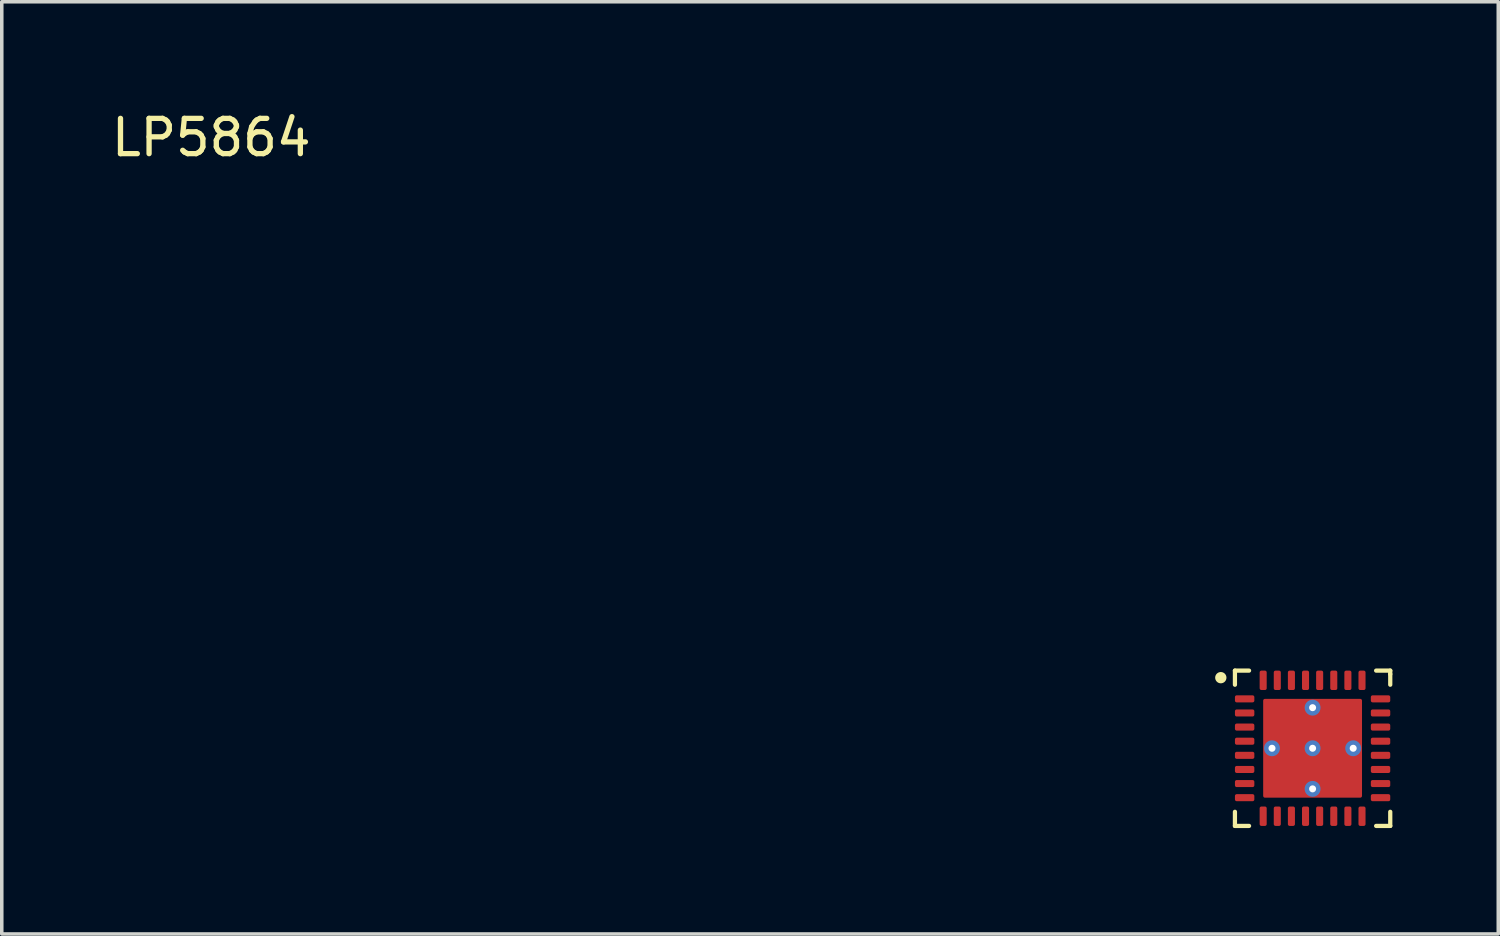
<source format=kicad_pcb>
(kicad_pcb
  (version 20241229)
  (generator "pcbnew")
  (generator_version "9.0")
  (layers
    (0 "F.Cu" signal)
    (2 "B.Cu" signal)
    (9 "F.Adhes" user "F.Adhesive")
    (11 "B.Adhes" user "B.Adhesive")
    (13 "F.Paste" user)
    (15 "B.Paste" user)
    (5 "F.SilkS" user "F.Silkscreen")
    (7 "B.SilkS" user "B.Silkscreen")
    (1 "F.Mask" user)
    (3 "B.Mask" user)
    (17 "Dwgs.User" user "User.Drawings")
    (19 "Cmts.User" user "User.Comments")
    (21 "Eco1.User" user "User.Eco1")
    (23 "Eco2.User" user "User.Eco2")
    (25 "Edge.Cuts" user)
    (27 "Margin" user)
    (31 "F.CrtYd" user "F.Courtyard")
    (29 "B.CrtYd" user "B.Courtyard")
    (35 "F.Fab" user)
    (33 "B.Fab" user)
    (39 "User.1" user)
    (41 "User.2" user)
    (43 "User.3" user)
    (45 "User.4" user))
  (footprint "LP5864"
    (layer "F.Cu")
    (at 34.135 18.148)
    (property "Reference" "LP5864" (at -31.2 -17.3 0) (unlocked yes) (layer "F.SilkS") (effects (font (size 1 1) (thickness 0.15))))
    (attr smd)
    (fp_line (start -2.2 -2.2) (end -2.2 -1.8) (stroke (width 0.12) (type solid)) (layer "F.SilkS"))
    (fp_line (start -2.2 1.8) (end -2.2 2.2) (stroke (width 0.12) (type solid)) (layer "F.SilkS"))
    (fp_line (start -2.2 2.2) (end -1.8 2.2) (stroke (width 0.12) (type solid)) (layer "F.SilkS"))
    (fp_line (start -1.8 -2.2) (end -2.2 -2.2) (stroke (width 0.12) (type solid)) (layer "F.SilkS"))
    (fp_line (start 2.2 -2.2) (end 1.8 -2.2) (stroke (width 0.12) (type solid)) (layer "F.SilkS"))
    (fp_line (start 2.2 -2.1) (end 2.2 -2.2) (stroke (width 0.12) (type solid)) (layer "F.SilkS"))
    (fp_line (start 2.2 -1.8) (end 2.2 -2.1) (stroke (width 0.12) (type solid)) (layer "F.SilkS"))
    (fp_line (start 2.2 1.8) (end 2.2 2.2) (stroke (width 0.12) (type solid)) (layer "F.SilkS"))
    (fp_line (start 2.2 2.2) (end 1.8 2.2) (stroke (width 0.12) (type solid)) (layer "F.SilkS"))
    (fp_circle (center -2.6 -2) (end -2.5 -2) (stroke (width 0.12) (type solid)) (fill yes) (layer "F.SilkS"))
    (pad "1" smd roundrect (at -1.925 -1.4) (size 0.55 0.2) (layers "F.Cu" "F.Mask" "F.Paste") (roundrect_rratio 0.25))
    (pad "2" smd roundrect (at -1.925 -1) (size 0.55 0.2) (layers "F.Cu" "F.Mask" "F.Paste") (roundrect_rratio 0.25))
    (pad "3" smd roundrect (at -1.925 -0.6) (size 0.55 0.2) (layers "F.Cu" "F.Mask" "F.Paste") (roundrect_rratio 0.25))
    (pad "4" smd roundrect (at -1.925 -0.2) (size 0.55 0.2) (layers "F.Cu" "F.Mask" "F.Paste") (roundrect_rratio 0.25))
    (pad "5" smd roundrect (at -1.925 0.2) (size 0.55 0.2) (layers "F.Cu" "F.Mask" "F.Paste") (roundrect_rratio 0.25))
    (pad "6" smd roundrect (at -1.925 0.6) (size 0.55 0.2) (layers "F.Cu" "F.Mask" "F.Paste") (roundrect_rratio 0.25))
    (pad "7" smd roundrect (at -1.925 1) (size 0.55 0.2) (layers "F.Cu" "F.Mask" "F.Paste") (roundrect_rratio 0.25))
    (pad "8" smd roundrect (at -1.925 1.4) (size 0.55 0.2) (layers "F.Cu" "F.Mask" "F.Paste") (roundrect_rratio 0.25))
    (pad "9" smd roundrect (at -1.4 1.925 90) (size 0.55 0.2) (layers "F.Cu" "F.Mask" "F.Paste") (roundrect_rratio 0.25))
    (pad "10" smd roundrect (at -1 1.925 90) (size 0.55 0.2) (layers "F.Cu" "F.Mask" "F.Paste") (roundrect_rratio 0.25))
    (pad "11" smd roundrect (at -0.6 1.925 90) (size 0.55 0.2) (layers "F.Cu" "F.Mask" "F.Paste") (roundrect_rratio 0.25))
    (pad "12" smd roundrect (at -0.2 1.925 90) (size 0.55 0.2) (layers "F.Cu" "F.Mask" "F.Paste") (roundrect_rratio 0.25))
    (pad "13" smd roundrect (at 0.2 1.925 90) (size 0.55 0.2) (layers "F.Cu" "F.Mask" "F.Paste") (roundrect_rratio 0.25))
    (pad "14" smd roundrect (at 0.6 1.925 90) (size 0.55 0.2) (layers "F.Cu" "F.Mask" "F.Paste") (roundrect_rratio 0.25))
    (pad "15" smd roundrect (at 1 1.925 90) (size 0.55 0.2) (layers "F.Cu" "F.Mask" "F.Paste") (roundrect_rratio 0.25))
    (pad "16" smd roundrect (at 1.4 1.925 90) (size 0.55 0.2) (layers "F.Cu" "F.Mask" "F.Paste") (roundrect_rratio 0.25))
    (pad "17" smd roundrect (at 1.925 1.4 180) (size 0.55 0.2) (layers "F.Cu" "F.Mask" "F.Paste") (roundrect_rratio 0.25))
    (pad "18" smd roundrect (at 1.925 1 180) (size 0.55 0.2) (layers "F.Cu" "F.Mask" "F.Paste") (roundrect_rratio 0.25))
    (pad "19" smd roundrect (at 1.925 0.6 180) (size 0.55 0.2) (layers "F.Cu" "F.Mask" "F.Paste") (roundrect_rratio 0.25))
    (pad "20" smd roundrect (at 1.925 0.2 180) (size 0.55 0.2) (layers "F.Cu" "F.Mask" "F.Paste") (roundrect_rratio 0.25))
    (pad "21" smd roundrect (at 1.925 -0.2 180) (size 0.55 0.2) (layers "F.Cu" "F.Mask" "F.Paste") (roundrect_rratio 0.25))
    (pad "22" smd roundrect (at 1.925 -0.6 180) (size 0.55 0.2) (layers "F.Cu" "F.Mask" "F.Paste") (roundrect_rratio 0.25))
    (pad "23" smd roundrect (at 1.925 -1 180) (size 0.55 0.2) (layers "F.Cu" "F.Mask" "F.Paste") (roundrect_rratio 0.25))
    (pad "24" smd roundrect (at 1.925 -1.4 180) (size 0.55 0.2) (layers "F.Cu" "F.Mask" "F.Paste") (roundrect_rratio 0.25))
    (pad "25" smd roundrect (at 1.4 -1.925 270) (size 0.55 0.2) (layers "F.Cu" "F.Mask" "F.Paste") (roundrect_rratio 0.25))
    (pad "26" smd roundrect (at 1 -1.925 270) (size 0.55 0.2) (layers "F.Cu" "F.Mask" "F.Paste") (roundrect_rratio 0.25))
    (pad "27" smd roundrect (at 0.6 -1.925 270) (size 0.55 0.2) (layers "F.Cu" "F.Mask" "F.Paste") (roundrect_rratio 0.25))
    (pad "28" smd roundrect (at 0.2 -1.925 270) (size 0.55 0.2) (layers "F.Cu" "F.Mask" "F.Paste") (roundrect_rratio 0.25))
    (pad "29" smd roundrect (at -0.2 -1.925 270) (size 0.55 0.2) (layers "F.Cu" "F.Mask" "F.Paste") (roundrect_rratio 0.25))
    (pad "30" smd roundrect (at -0.6 -1.925 270) (size 0.55 0.2) (layers "F.Cu" "F.Mask" "F.Paste") (roundrect_rratio 0.25))
    (pad "31" smd roundrect (at -1 -1.925 270) (size 0.55 0.2) (layers "F.Cu" "F.Mask" "F.Paste") (roundrect_rratio 0.25))
    (pad "32" smd roundrect (at -1.4 -1.925 270) (size 0.55 0.2) (layers "F.Cu" "F.Mask" "F.Paste") (roundrect_rratio 0.25))
    (pad "33" thru_hole circle (at -1.15 0 270) (size 0.45 0.45) (drill 0.2) (layers "*.Cu" "*.Mask"))
    (pad "33" thru_hole circle (at 0 -1.15 270) (size 0.45 0.45) (drill 0.2) (layers "*.Cu" "*.Mask"))
    (pad "33" thru_hole circle (at 0 0 270) (size 0.45 0.45) (drill 0.2) (layers "*.Cu" "*.Mask"))
    (pad "33" smd roundrect (at 0 0 270) (size 2.8 2.8) (layers "F.Cu" "F.Mask" "F.Paste") (roundrect_rratio 0.018))
    (pad "33" thru_hole circle (at 0 1.15 270) (size 0.45 0.45) (drill 0.2) (layers "*.Cu" "*.Mask"))
    (pad "33" thru_hole circle (at 1.15 0 270) (size 0.45 0.45) (drill 0.2) (layers "*.Cu" "*.Mask")))
  (gr_rect
    (start -3 -3)
    (end 39.395 23.408)
    (stroke (width 0.1) (type default))
    (fill no)
    (layer "Edge.Cuts")))
</source>
